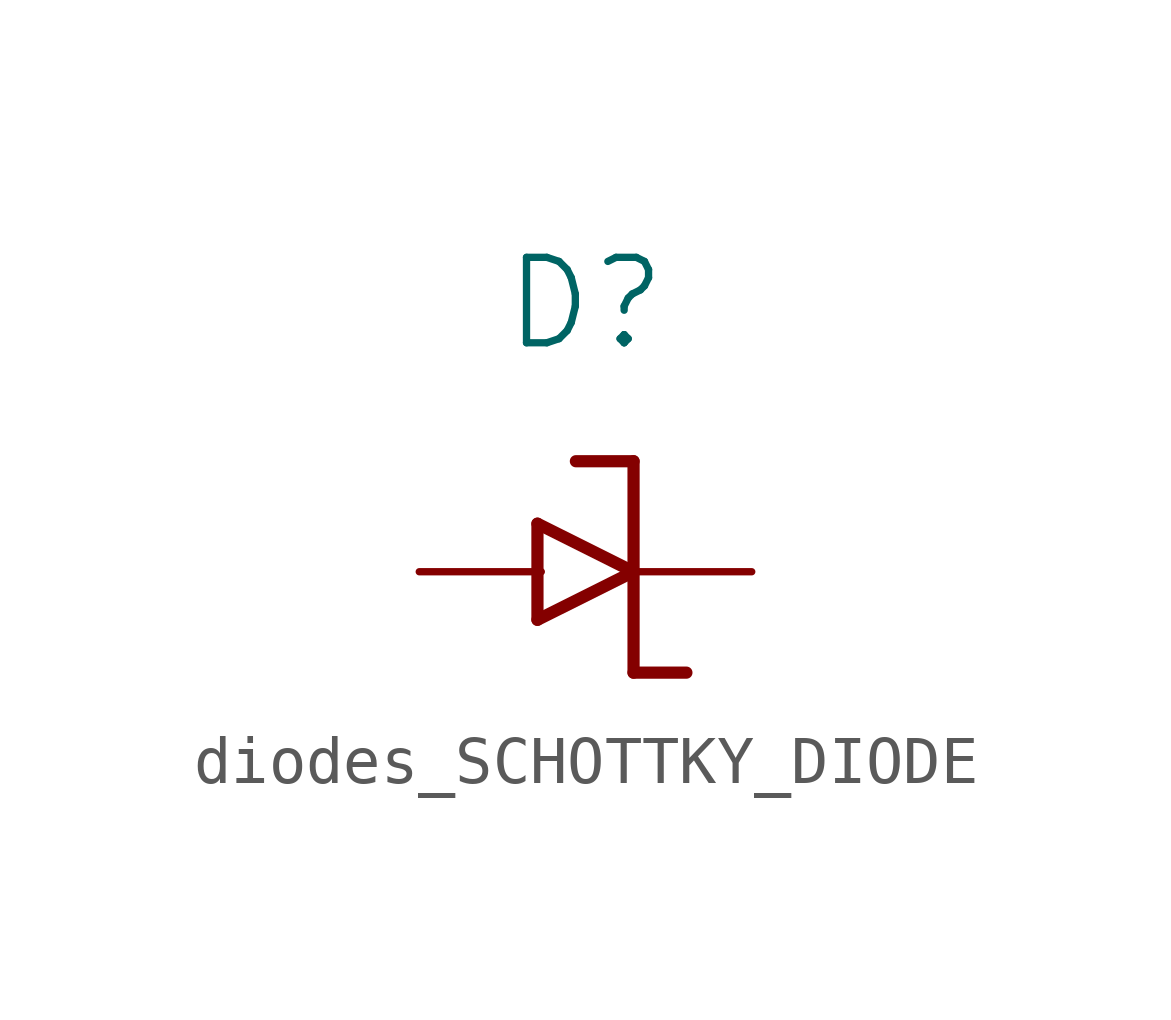
<source format=kicad_sym>
(kicad_symbol_lib
  (version 20241209)
  (generator "kicad_symbol_editor")
  (generator_version "9.0")
  (symbol "diodes_SCHOTTKY_DIODE"
    (property "Reference" "D"
      (at 0 4.54 0)
      (effects (font (size 1.778 1.778)) (justify bottom)))
    (property "ki_locked" ""
      (at 0 0 0)
      (effects (font (size 1.27 1.27))))
    (symbol "diodes_SCHOTTKY_DIODE_1_0"
      (polyline (pts (xy -1 1) (xy -1 -1)) (stroke (width 0.254) (type solid)) (fill (type none)))
      (polyline (pts (xy -1 -1) (xy 1 0)) (stroke (width 0.254) (type solid)) (fill (type none)))
      (polyline (pts (xy 1 2.3) (xy -0.2 2.3)) (stroke (width 0.254) (type solid)) (fill (type none)))
      (polyline (pts (xy 1 0) (xy -1 1)) (stroke (width 0.254) (type solid)) (fill (type none)))
      (polyline (pts (xy 1 0) (xy 1 2.3)) (stroke (width 0.254) (type solid)) (fill (type none)))
      (polyline (pts (xy 1 0) (xy 1 -2.1)) (stroke (width 0.254) (type solid)) (fill (type none)))
      (polyline (pts (xy 1 -2.1) (xy 2.1 -2.1)) (stroke (width 0.254) (type solid)) (fill (type none)))
      (pin bidirectional line (at -3.46 0 0) (length 2.54) (name "A" (effects (font (size 0 0)))) (number "A" (effects (font (size 0 0)))))
      (pin bidirectional line (at 3.46 0 180) (length 2.54) (name "C" (effects (font (size 0 0)))) (number "K" (effects (font (size 0 0))))))))
</source>
